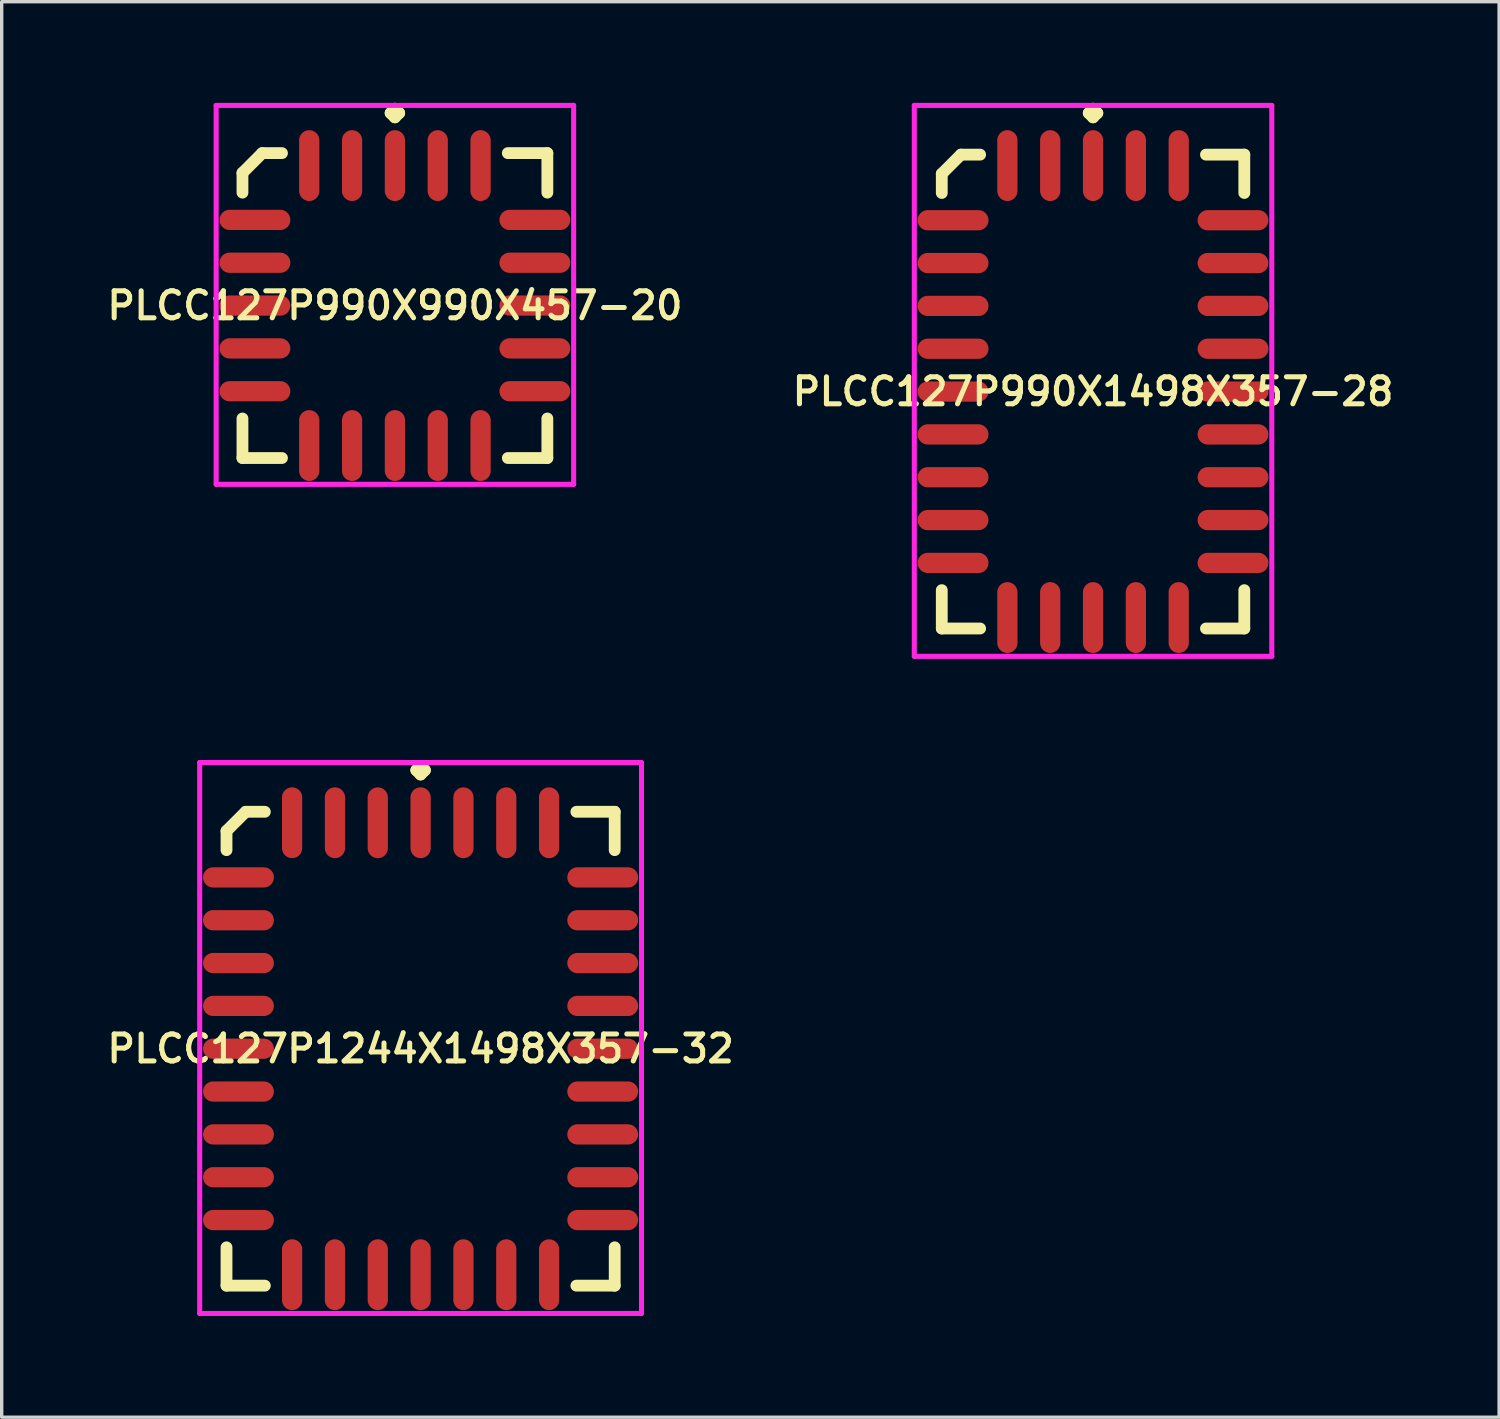
<source format=kicad_pcb>
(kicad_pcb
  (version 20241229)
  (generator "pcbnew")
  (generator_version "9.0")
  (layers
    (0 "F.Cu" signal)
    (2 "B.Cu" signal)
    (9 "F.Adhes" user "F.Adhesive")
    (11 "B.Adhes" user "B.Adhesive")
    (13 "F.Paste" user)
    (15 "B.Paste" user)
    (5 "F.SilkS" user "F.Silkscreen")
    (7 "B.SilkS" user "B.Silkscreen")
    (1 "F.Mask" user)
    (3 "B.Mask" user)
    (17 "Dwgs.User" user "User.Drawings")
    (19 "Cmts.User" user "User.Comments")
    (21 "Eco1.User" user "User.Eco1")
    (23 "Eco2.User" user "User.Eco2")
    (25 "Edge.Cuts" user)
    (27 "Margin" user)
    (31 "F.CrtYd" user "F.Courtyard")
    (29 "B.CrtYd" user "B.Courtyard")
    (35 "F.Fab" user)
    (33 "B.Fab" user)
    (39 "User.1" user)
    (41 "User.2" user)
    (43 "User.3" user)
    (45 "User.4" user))
  (footprint "PLCC127P1244X1498X357-32"
    (layer "F.Cu")
    (at 9.421 28.045)
    (property "Reference" "PLCC127P1244X1498X357-32" (at 0 0 0) (layer "F.SilkS") (effects (font (size 0.8 0.8) (thickness 0.15))))
    (attr smd)
    (fp_line (start -5.755 -6.457) (end -5.186 -7.025) (stroke (width 0.35) (type solid)) (layer "F.SilkS"))
    (fp_line (start -5.755 -5.888) (end -5.755 -6.457) (stroke (width 0.35) (type solid)) (layer "F.SilkS"))
    (fp_line (start -5.755 5.888) (end -5.755 7.025) (stroke (width 0.35) (type solid)) (layer "F.SilkS"))
    (fp_line (start -5.755 7.025) (end -4.618 7.025) (stroke (width 0.35) (type solid)) (layer "F.SilkS"))
    (fp_line (start -5.186 -7.025) (end -4.618 -7.025) (stroke (width 0.35) (type solid)) (layer "F.SilkS"))
    (fp_line (start -0.127 -8.258) (end 0 -8.385) (stroke (width 0.35) (type solid)) (layer "F.SilkS"))
    (fp_line (start 0 -8.385) (end 0.127 -8.258) (stroke (width 0.35) (type solid)) (layer "F.SilkS"))
    (fp_line (start 0 -8.131) (end -0.127 -8.258) (stroke (width 0.35) (type solid)) (layer "F.SilkS"))
    (fp_line (start 0.127 -8.258) (end 0 -8.131) (stroke (width 0.35) (type solid)) (layer "F.SilkS"))
    (fp_line (start 5.755 -7.025) (end 4.618 -7.025) (stroke (width 0.35) (type solid)) (layer "F.SilkS"))
    (fp_line (start 5.755 -5.888) (end 5.755 -7.025) (stroke (width 0.35) (type solid)) (layer "F.SilkS"))
    (fp_line (start 5.755 5.888) (end 5.755 7.025) (stroke (width 0.35) (type solid)) (layer "F.SilkS"))
    (fp_line (start 5.755 7.025) (end 4.618 7.025) (stroke (width 0.35) (type solid)) (layer "F.SilkS"))
    (fp_line (start -6.55 -8.485) (end 6.55 -8.485) (stroke (width 0.15) (type solid)) (layer "F.CrtYd"))
    (fp_line (start -6.55 7.85) (end -6.55 -8.485) (stroke (width 0.15) (type solid)) (layer "F.CrtYd"))
    (fp_line (start 6.55 -8.485) (end 6.55 7.85) (stroke (width 0.15) (type solid)) (layer "F.CrtYd"))
    (fp_line (start 6.55 7.85) (end -6.55 7.85) (stroke (width 0.15) (type solid)) (layer "F.CrtYd"))
    (pad "1" smd oval (at 0 -6.7) (size 0.6 2.1) (layers "F.Cu" "F.Mask" "F.Paste"))
    (pad "2" smd oval (at -1.27 -6.7) (size 0.6 2.1) (layers "F.Cu" "F.Mask" "F.Paste"))
    (pad "3" smd oval (at -2.54 -6.7) (size 0.6 2.1) (layers "F.Cu" "F.Mask" "F.Paste"))
    (pad "4" smd oval (at -3.81 -6.7) (size 0.6 2.1) (layers "F.Cu" "F.Mask" "F.Paste"))
    (pad "5" smd oval (at -5.4 -5.08) (size 2.1 0.6) (layers "F.Cu" "F.Mask" "F.Paste"))
    (pad "6" smd oval (at -5.4 -3.81) (size 2.1 0.6) (layers "F.Cu" "F.Mask" "F.Paste"))
    (pad "7" smd oval (at -5.4 -2.54) (size 2.1 0.6) (layers "F.Cu" "F.Mask" "F.Paste"))
    (pad "8" smd oval (at -5.4 -1.27) (size 2.1 0.6) (layers "F.Cu" "F.Mask" "F.Paste"))
    (pad "9" smd oval (at -5.4 0) (size 2.1 0.6) (layers "F.Cu" "F.Mask" "F.Paste"))
    (pad "10" smd oval (at -5.4 1.27) (size 2.1 0.6) (layers "F.Cu" "F.Mask" "F.Paste"))
    (pad "11" smd oval (at -5.4 2.54) (size 2.1 0.6) (layers "F.Cu" "F.Mask" "F.Paste"))
    (pad "12" smd oval (at -5.4 3.81) (size 2.1 0.6) (layers "F.Cu" "F.Mask" "F.Paste"))
    (pad "13" smd oval (at -5.4 5.08) (size 2.1 0.6) (layers "F.Cu" "F.Mask" "F.Paste"))
    (pad "14" smd oval (at -3.81 6.7) (size 0.6 2.1) (layers "F.Cu" "F.Mask" "F.Paste"))
    (pad "15" smd oval (at -2.54 6.7) (size 0.6 2.1) (layers "F.Cu" "F.Mask" "F.Paste"))
    (pad "16" smd oval (at -1.27 6.7) (size 0.6 2.1) (layers "F.Cu" "F.Mask" "F.Paste"))
    (pad "17" smd oval (at 0 6.7) (size 0.6 2.1) (layers "F.Cu" "F.Mask" "F.Paste"))
    (pad "18" smd oval (at 1.27 6.7) (size 0.6 2.1) (layers "F.Cu" "F.Mask" "F.Paste"))
    (pad "19" smd oval (at 2.54 6.7) (size 0.6 2.1) (layers "F.Cu" "F.Mask" "F.Paste"))
    (pad "20" smd oval (at 3.81 6.7) (size 0.6 2.1) (layers "F.Cu" "F.Mask" "F.Paste"))
    (pad "21" smd oval (at 5.4 5.08) (size 2.1 0.6) (layers "F.Cu" "F.Mask" "F.Paste"))
    (pad "22" smd oval (at 5.4 3.81) (size 2.1 0.6) (layers "F.Cu" "F.Mask" "F.Paste"))
    (pad "23" smd oval (at 5.4 2.54) (size 2.1 0.6) (layers "F.Cu" "F.Mask" "F.Paste"))
    (pad "24" smd oval (at 5.4 1.27) (size 2.1 0.6) (layers "F.Cu" "F.Mask" "F.Paste"))
    (pad "25" smd oval (at 5.4 0) (size 2.1 0.6) (layers "F.Cu" "F.Mask" "F.Paste"))
    (pad "26" smd oval (at 5.4 -1.27) (size 2.1 0.6) (layers "F.Cu" "F.Mask" "F.Paste"))
    (pad "27" smd oval (at 5.4 -2.54) (size 2.1 0.6) (layers "F.Cu" "F.Mask" "F.Paste"))
    (pad "28" smd oval (at 5.4 -3.81) (size 2.1 0.6) (layers "F.Cu" "F.Mask" "F.Paste"))
    (pad "29" smd oval (at 5.4 -5.08) (size 2.1 0.6) (layers "F.Cu" "F.Mask" "F.Paste"))
    (pad "30" smd oval (at 3.81 -6.7) (size 0.6 2.1) (layers "F.Cu" "F.Mask" "F.Paste"))
    (pad "31" smd oval (at 2.54 -6.7) (size 0.6 2.1) (layers "F.Cu" "F.Mask" "F.Paste"))
    (pad "32" smd oval (at 1.27 -6.7) (size 0.6 2.1) (layers "F.Cu" "F.Mask" "F.Paste")))
  (footprint "PLCC127P990X990X457-20"
    (layer "F.Cu")
    (at 8.659 6.01)
    (property "Reference" "PLCC127P990X990X457-20" (at 0 0 0) (layer "F.SilkS") (effects (font (size 0.8 0.8) (thickness 0.15))))
    (attr smd)
    (fp_line (start -4.52 -3.934) (end -3.934 -4.52) (stroke (width 0.35) (type solid)) (layer "F.SilkS"))
    (fp_line (start -4.52 -3.348) (end -4.52 -3.934) (stroke (width 0.35) (type solid)) (layer "F.SilkS"))
    (fp_line (start -4.52 3.348) (end -4.52 4.52) (stroke (width 0.35) (type solid)) (layer "F.SilkS"))
    (fp_line (start -4.52 4.52) (end -3.348 4.52) (stroke (width 0.35) (type solid)) (layer "F.SilkS"))
    (fp_line (start -3.934 -4.52) (end -3.348 -4.52) (stroke (width 0.35) (type solid)) (layer "F.SilkS"))
    (fp_line (start -0.127 -5.708) (end 0 -5.835) (stroke (width 0.35) (type solid)) (layer "F.SilkS"))
    (fp_line (start 0 -5.835) (end 0.127 -5.708) (stroke (width 0.35) (type solid)) (layer "F.SilkS"))
    (fp_line (start 0 -5.581) (end -0.127 -5.708) (stroke (width 0.35) (type solid)) (layer "F.SilkS"))
    (fp_line (start 0.127 -5.708) (end 0 -5.581) (stroke (width 0.35) (type solid)) (layer "F.SilkS"))
    (fp_line (start 4.52 -4.52) (end 3.348 -4.52) (stroke (width 0.35) (type solid)) (layer "F.SilkS"))
    (fp_line (start 4.52 -3.348) (end 4.52 -4.52) (stroke (width 0.35) (type solid)) (layer "F.SilkS"))
    (fp_line (start 4.52 3.348) (end 4.52 4.52) (stroke (width 0.35) (type solid)) (layer "F.SilkS"))
    (fp_line (start 4.52 4.52) (end 3.348 4.52) (stroke (width 0.35) (type solid)) (layer "F.SilkS"))
    (fp_line (start -5.3 -5.935) (end 5.3 -5.935) (stroke (width 0.15) (type solid)) (layer "F.CrtYd"))
    (fp_line (start -5.3 5.3) (end -5.3 -5.935) (stroke (width 0.15) (type solid)) (layer "F.CrtYd"))
    (fp_line (start 5.3 -5.935) (end 5.3 5.3) (stroke (width 0.15) (type solid)) (layer "F.CrtYd"))
    (fp_line (start 5.3 5.3) (end -5.3 5.3) (stroke (width 0.15) (type solid)) (layer "F.CrtYd"))
    (pad "1" smd oval (at 0 -4.15) (size 0.6 2.1) (layers "F.Cu" "F.Mask" "F.Paste"))
    (pad "2" smd oval (at -1.27 -4.15) (size 0.6 2.1) (layers "F.Cu" "F.Mask" "F.Paste"))
    (pad "3" smd oval (at -2.54 -4.15) (size 0.6 2.1) (layers "F.Cu" "F.Mask" "F.Paste"))
    (pad "4" smd oval (at -4.15 -2.54) (size 2.1 0.6) (layers "F.Cu" "F.Mask" "F.Paste"))
    (pad "5" smd oval (at -4.15 -1.27) (size 2.1 0.6) (layers "F.Cu" "F.Mask" "F.Paste"))
    (pad "6" smd oval (at -4.15 0) (size 2.1 0.6) (layers "F.Cu" "F.Mask" "F.Paste"))
    (pad "7" smd oval (at -4.15 1.27) (size 2.1 0.6) (layers "F.Cu" "F.Mask" "F.Paste"))
    (pad "8" smd oval (at -4.15 2.54) (size 2.1 0.6) (layers "F.Cu" "F.Mask" "F.Paste"))
    (pad "9" smd oval (at -2.54 4.15) (size 0.6 2.1) (layers "F.Cu" "F.Mask" "F.Paste"))
    (pad "10" smd oval (at -1.27 4.15) (size 0.6 2.1) (layers "F.Cu" "F.Mask" "F.Paste"))
    (pad "11" smd oval (at 0 4.15) (size 0.6 2.1) (layers "F.Cu" "F.Mask" "F.Paste"))
    (pad "12" smd oval (at 1.27 4.15) (size 0.6 2.1) (layers "F.Cu" "F.Mask" "F.Paste"))
    (pad "13" smd oval (at 2.54 4.15) (size 0.6 2.1) (layers "F.Cu" "F.Mask" "F.Paste"))
    (pad "14" smd oval (at 4.15 2.54) (size 2.1 0.6) (layers "F.Cu" "F.Mask" "F.Paste"))
    (pad "15" smd oval (at 4.15 1.27) (size 2.1 0.6) (layers "F.Cu" "F.Mask" "F.Paste"))
    (pad "16" smd oval (at 4.15 0) (size 2.1 0.6) (layers "F.Cu" "F.Mask" "F.Paste"))
    (pad "17" smd oval (at 4.15 -1.27) (size 2.1 0.6) (layers "F.Cu" "F.Mask" "F.Paste"))
    (pad "18" smd oval (at 4.15 -2.54) (size 2.1 0.6) (layers "F.Cu" "F.Mask" "F.Paste"))
    (pad "19" smd oval (at 2.54 -4.15) (size 0.6 2.1) (layers "F.Cu" "F.Mask" "F.Paste"))
    (pad "20" smd oval (at 1.27 -4.15) (size 0.6 2.1) (layers "F.Cu" "F.Mask" "F.Paste")))
  (footprint "PLCC127P990X1498X357-28"
    (layer "F.Cu")
    (at 29.359 8.56)
    (property "Reference" "PLCC127P990X1498X357-28" (at 0 0 0) (layer "F.SilkS") (effects (font (size 0.8 0.8) (thickness 0.15))))
    (attr smd)
    (fp_line (start -4.485 -6.457) (end -3.917 -7.025) (stroke (width 0.35) (type solid)) (layer "F.SilkS"))
    (fp_line (start -4.485 -5.888) (end -4.485 -6.457) (stroke (width 0.35) (type solid)) (layer "F.SilkS"))
    (fp_line (start -4.485 5.888) (end -4.485 7.025) (stroke (width 0.35) (type solid)) (layer "F.SilkS"))
    (fp_line (start -4.485 7.025) (end -3.348 7.025) (stroke (width 0.35) (type solid)) (layer "F.SilkS"))
    (fp_line (start -3.917 -7.025) (end -3.348 -7.025) (stroke (width 0.35) (type solid)) (layer "F.SilkS"))
    (fp_line (start -0.127 -8.258) (end 0 -8.385) (stroke (width 0.35) (type solid)) (layer "F.SilkS"))
    (fp_line (start 0 -8.385) (end 0.127 -8.258) (stroke (width 0.35) (type solid)) (layer "F.SilkS"))
    (fp_line (start 0 -8.131) (end -0.127 -8.258) (stroke (width 0.35) (type solid)) (layer "F.SilkS"))
    (fp_line (start 0.127 -8.258) (end 0 -8.131) (stroke (width 0.35) (type solid)) (layer "F.SilkS"))
    (fp_line (start 4.485 -7.025) (end 3.348 -7.025) (stroke (width 0.35) (type solid)) (layer "F.SilkS"))
    (fp_line (start 4.485 -5.888) (end 4.485 -7.025) (stroke (width 0.35) (type solid)) (layer "F.SilkS"))
    (fp_line (start 4.485 5.888) (end 4.485 7.025) (stroke (width 0.35) (type solid)) (layer "F.SilkS"))
    (fp_line (start 4.485 7.025) (end 3.348 7.025) (stroke (width 0.35) (type solid)) (layer "F.SilkS"))
    (fp_line (start -5.3 -8.485) (end 5.3 -8.485) (stroke (width 0.15) (type solid)) (layer "F.CrtYd"))
    (fp_line (start -5.3 7.85) (end -5.3 -8.485) (stroke (width 0.15) (type solid)) (layer "F.CrtYd"))
    (fp_line (start 5.3 -8.485) (end 5.3 7.85) (stroke (width 0.15) (type solid)) (layer "F.CrtYd"))
    (fp_line (start 5.3 7.85) (end -5.3 7.85) (stroke (width 0.15) (type solid)) (layer "F.CrtYd"))
    (pad "1" smd oval (at 0 -6.7) (size 0.6 2.1) (layers "F.Cu" "F.Mask" "F.Paste"))
    (pad "2" smd oval (at -1.27 -6.7) (size 0.6 2.1) (layers "F.Cu" "F.Mask" "F.Paste"))
    (pad "3" smd oval (at -2.54 -6.7) (size 0.6 2.1) (layers "F.Cu" "F.Mask" "F.Paste"))
    (pad "4" smd oval (at -4.15 -5.08) (size 2.1 0.6) (layers "F.Cu" "F.Mask" "F.Paste"))
    (pad "5" smd oval (at -4.15 -3.81) (size 2.1 0.6) (layers "F.Cu" "F.Mask" "F.Paste"))
    (pad "6" smd oval (at -4.15 -2.54) (size 2.1 0.6) (layers "F.Cu" "F.Mask" "F.Paste"))
    (pad "7" smd oval (at -4.15 -1.27) (size 2.1 0.6) (layers "F.Cu" "F.Mask" "F.Paste"))
    (pad "8" smd oval (at -4.15 0) (size 2.1 0.6) (layers "F.Cu" "F.Mask" "F.Paste"))
    (pad "9" smd oval (at -4.15 1.27) (size 2.1 0.6) (layers "F.Cu" "F.Mask" "F.Paste"))
    (pad "10" smd oval (at -4.15 2.54) (size 2.1 0.6) (layers "F.Cu" "F.Mask" "F.Paste"))
    (pad "11" smd oval (at -4.15 3.81) (size 2.1 0.6) (layers "F.Cu" "F.Mask" "F.Paste"))
    (pad "12" smd oval (at -4.15 5.08) (size 2.1 0.6) (layers "F.Cu" "F.Mask" "F.Paste"))
    (pad "13" smd oval (at -2.54 6.7) (size 0.6 2.1) (layers "F.Cu" "F.Mask" "F.Paste"))
    (pad "14" smd oval (at -1.27 6.7) (size 0.6 2.1) (layers "F.Cu" "F.Mask" "F.Paste"))
    (pad "15" smd oval (at 0 6.7) (size 0.6 2.1) (layers "F.Cu" "F.Mask" "F.Paste"))
    (pad "16" smd oval (at 1.27 6.7) (size 0.6 2.1) (layers "F.Cu" "F.Mask" "F.Paste"))
    (pad "17" smd oval (at 2.54 6.7) (size 0.6 2.1) (layers "F.Cu" "F.Mask" "F.Paste"))
    (pad "18" smd oval (at 4.15 5.08) (size 2.1 0.6) (layers "F.Cu" "F.Mask" "F.Paste"))
    (pad "19" smd oval (at 4.15 3.81) (size 2.1 0.6) (layers "F.Cu" "F.Mask" "F.Paste"))
    (pad "20" smd oval (at 4.15 2.54) (size 2.1 0.6) (layers "F.Cu" "F.Mask" "F.Paste"))
    (pad "21" smd oval (at 4.15 1.27) (size 2.1 0.6) (layers "F.Cu" "F.Mask" "F.Paste"))
    (pad "22" smd oval (at 4.15 0) (size 2.1 0.6) (layers "F.Cu" "F.Mask" "F.Paste"))
    (pad "23" smd oval (at 4.15 -1.27) (size 2.1 0.6) (layers "F.Cu" "F.Mask" "F.Paste"))
    (pad "24" smd oval (at 4.15 -2.54) (size 2.1 0.6) (layers "F.Cu" "F.Mask" "F.Paste"))
    (pad "25" smd oval (at 4.15 -3.81) (size 2.1 0.6) (layers "F.Cu" "F.Mask" "F.Paste"))
    (pad "26" smd oval (at 4.15 -5.08) (size 2.1 0.6) (layers "F.Cu" "F.Mask" "F.Paste"))
    (pad "27" smd oval (at 2.54 -6.7) (size 0.6 2.1) (layers "F.Cu" "F.Mask" "F.Paste"))
    (pad "28" smd oval (at 1.27 -6.7) (size 0.6 2.1) (layers "F.Cu" "F.Mask" "F.Paste")))
  (gr_rect
    (start -3 -3)
    (end 41.399 38.97)
    (stroke (width 0.1) (type default))
    (fill no)
    (layer "Edge.Cuts")))
</source>
